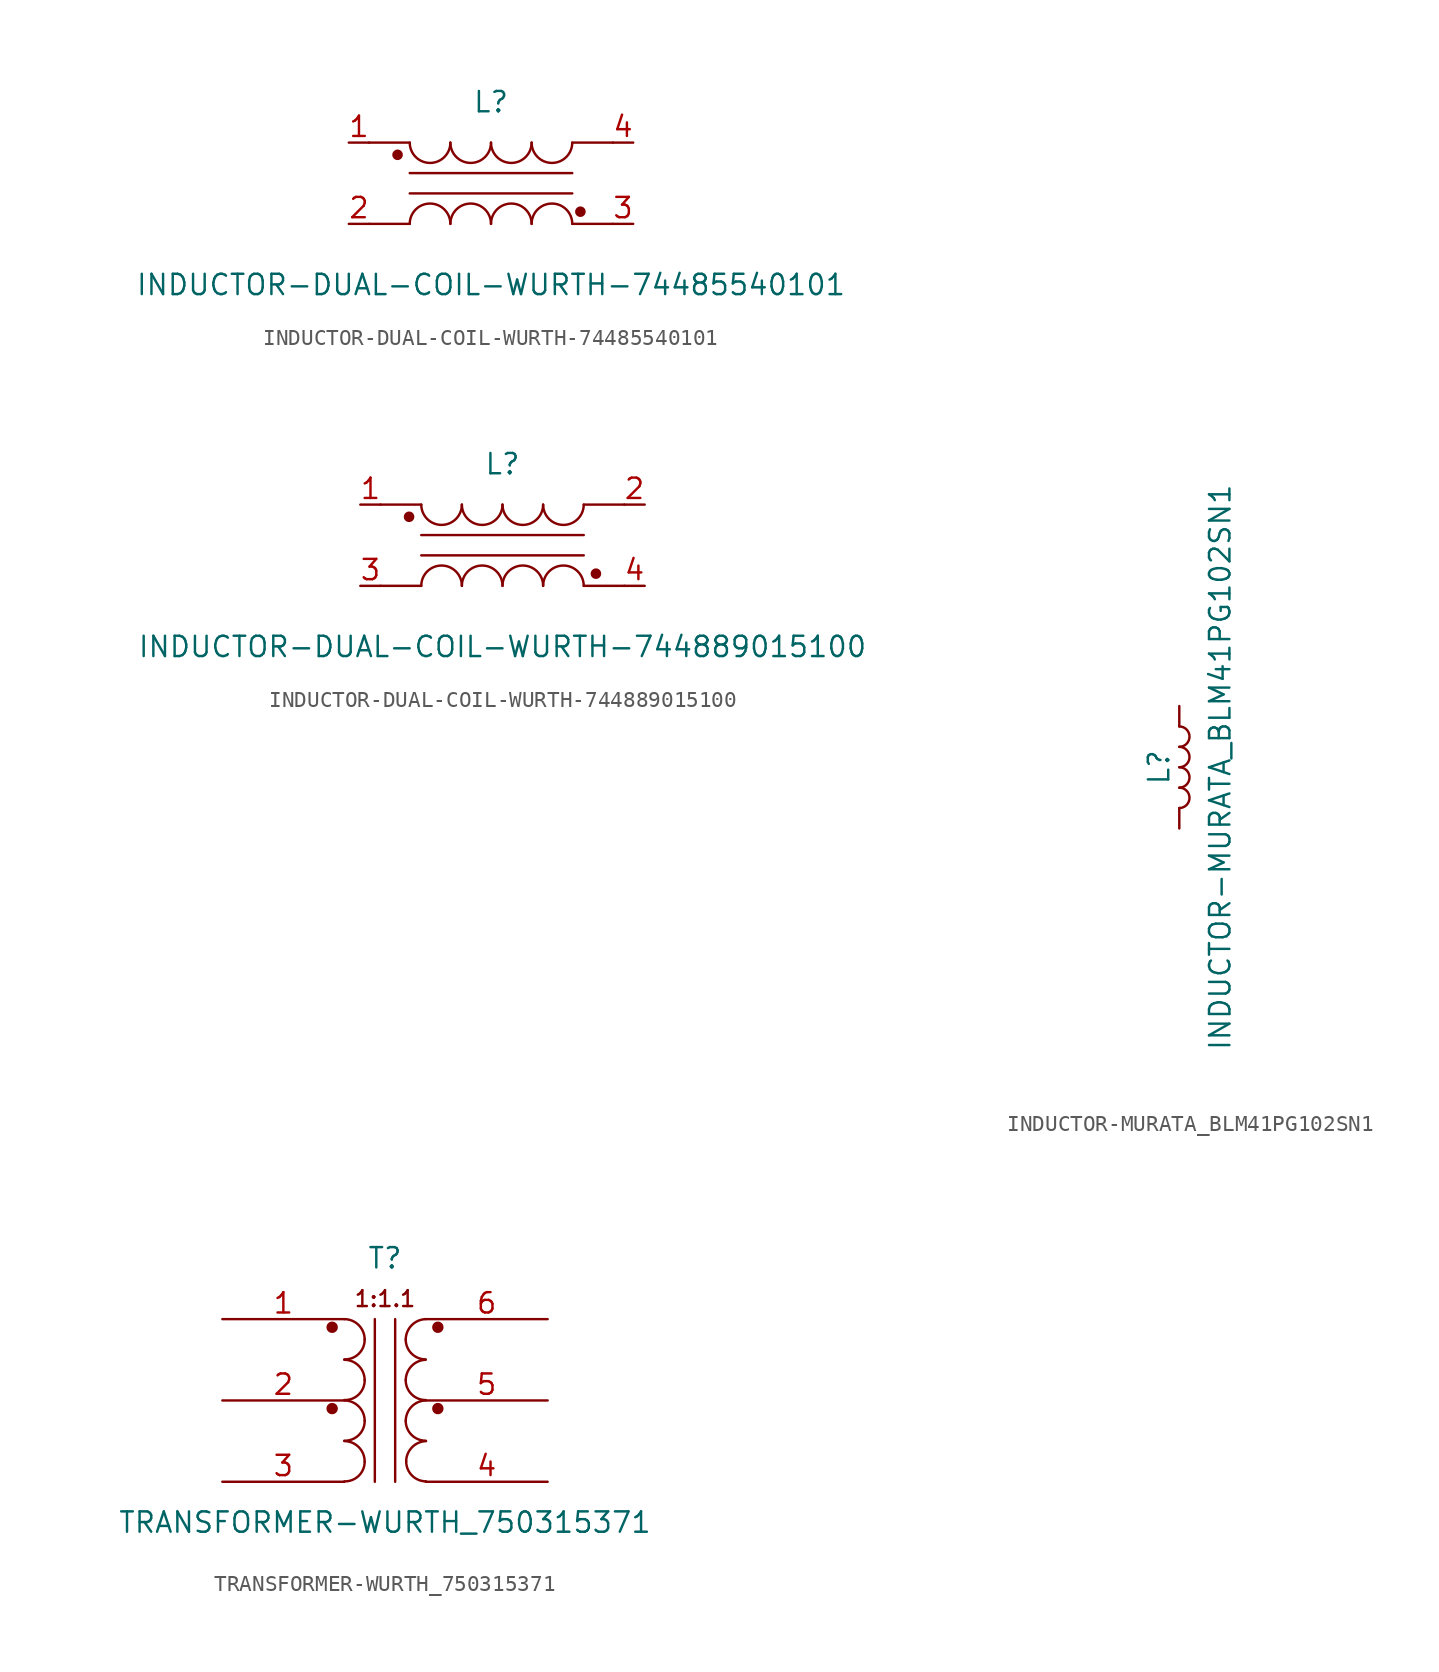
<source format=kicad_sym>
(kicad_symbol_lib
  (version 20201005)
  (generator kicad_symbol_editor)
  (symbol "INDUCTOR-DUAL-COIL-WURTH-74485540101"
    (pin_names
      (offset 1.016) hide)
    (property "Reference" "L"
      (at 0 5.08 0)
      (effects (font (size 1.27 1.27))))
    (property "Value" "INDUCTOR-DUAL-COIL-WURTH-74485540101"
      (at 0 -6.35 0)
      (effects (font (size 1.27 1.27))))
    (symbol "INDUCTOR-DUAL-COIL-WURTH-74485540101_0_0"
      (arc (start -2.54 -2.54) (end -5.08 -2.54) (radius (at -3.81 -2.54) (length 1.27) (angles 0.1 179.9)) (stroke (width 0)) (fill (type none)))
      (arc (start -5.08 2.54) (end -2.54 2.54) (radius (at -3.81 2.54) (length 1.27) (angles -179.9 -0.1)) (stroke (width 0)) (fill (type none)))
      (arc (start 0 -2.54) (end -2.54 -2.54) (radius (at -1.27 -2.54) (length 1.27) (angles 0.1 179.9)) (stroke (width 0)) (fill (type none)))
      (arc (start -2.54 2.54) (end 0 2.54) (radius (at -1.27 2.54) (length 1.27) (angles -179.9 -0.1)) (stroke (width 0)) (fill (type none)))
      (arc (start 2.54 -2.54) (end 0 -2.54) (radius (at 1.27 -2.54) (length 1.27) (angles 0.1 179.9)) (stroke (width 0)) (fill (type none)))
      (arc (start 0 2.54) (end 2.54 2.54) (radius (at 1.27 2.54) (length 1.27) (angles -179.9 -0.1)) (stroke (width 0)) (fill (type none)))
      (arc (start 5.08 -2.54) (end 2.54 -2.54) (radius (at 3.81 -2.54) (length 1.27) (angles 0.1 179.9)) (stroke (width 0)) (fill (type none)))
      (arc (start 2.54 2.54) (end 5.08 2.54) (radius (at 3.81 2.54) (length 1.27) (angles -179.9 -0.1)) (stroke (width 0)) (fill (type none))))
    (symbol "INDUCTOR-DUAL-COIL-WURTH-74485540101_0_1"
      (circle (center -5.842 1.778) (radius 0.254) (stroke (width 0)) (fill (type outline)))
      (circle (center 5.588 -1.778) (radius 0.254) (stroke (width 0)) (fill (type outline)))
      (polyline (pts (xy -7.62 -2.54) (xy -5.08 -2.54)) (stroke (width 0)) (fill (type none)))
      (polyline (pts (xy -7.62 2.54) (xy -5.08 2.54)) (stroke (width 0)) (fill (type none)))
      (polyline (pts (xy -5.08 -0.635) (xy 5.08 -0.635)) (stroke (width 0)) (fill (type none)))
      (polyline (pts (xy 5.08 0.635) (xy -5.08 0.635)) (stroke (width 0)) (fill (type none)))
      (polyline (pts (xy 5.08 2.54) (xy 7.62 2.54)) (stroke (width 0)) (fill (type none)))
      (polyline (pts (xy 7.62 -2.54) (xy 5.08 -2.54)) (stroke (width 0)) (fill (type none))))
    (symbol "INDUCTOR-DUAL-COIL-WURTH-74485540101_1_1"
      (pin passive line (at -8.89 2.54 0) (length 1.27) (name "~" (effects (font (size 1.27 1.27)))) (number "1" (effects (font (size 1.27 1.27)))))
      (pin passive line (at -8.89 -2.54 0) (length 1.27) (name "~" (effects (font (size 1.27 1.27)))) (number "2" (effects (font (size 1.27 1.27)))))
      (pin passive line (at 8.89 -2.54 180) (length 1.27) (name "~" (effects (font (size 1.27 1.27)))) (number "3" (effects (font (size 1.27 1.27)))))
      (pin passive line (at 8.89 2.54 180) (length 1.27) (name "~" (effects (font (size 1.27 1.27)))) (number "4" (effects (font (size 1.27 1.27)))))))
  (symbol "INDUCTOR-DUAL-COIL-WURTH-744889015100"
    (pin_names
      (offset 1.016) hide)
    (property "Reference" "L"
      (at 0 5.08 0)
      (effects (font (size 1.27 1.27))))
    (property "Value" "INDUCTOR-DUAL-COIL-WURTH-744889015100"
      (at 0 -6.35 0)
      (effects (font (size 1.27 1.27))))
    (symbol "INDUCTOR-DUAL-COIL-WURTH-744889015100_0_0"
      (arc (start -2.54 -2.54) (end -5.08 -2.54) (radius (at -3.81 -2.54) (length 1.27) (angles 0.1 179.9)) (stroke (width 0)) (fill (type none)))
      (arc (start -5.08 2.54) (end -2.54 2.54) (radius (at -3.81 2.54) (length 1.27) (angles -179.9 -0.1)) (stroke (width 0)) (fill (type none)))
      (arc (start 0 -2.54) (end -2.54 -2.54) (radius (at -1.27 -2.54) (length 1.27) (angles 0.1 179.9)) (stroke (width 0)) (fill (type none)))
      (arc (start -2.54 2.54) (end 0 2.54) (radius (at -1.27 2.54) (length 1.27) (angles -179.9 -0.1)) (stroke (width 0)) (fill (type none)))
      (arc (start 2.54 -2.54) (end 0 -2.54) (radius (at 1.27 -2.54) (length 1.27) (angles 0.1 179.9)) (stroke (width 0)) (fill (type none)))
      (arc (start 0 2.54) (end 2.54 2.54) (radius (at 1.27 2.54) (length 1.27) (angles -179.9 -0.1)) (stroke (width 0)) (fill (type none)))
      (arc (start 5.08 -2.54) (end 2.54 -2.54) (radius (at 3.81 -2.54) (length 1.27) (angles 0.1 179.9)) (stroke (width 0)) (fill (type none)))
      (arc (start 2.54 2.54) (end 5.08 2.54) (radius (at 3.81 2.54) (length 1.27) (angles -179.9 -0.1)) (stroke (width 0)) (fill (type none))))
    (symbol "INDUCTOR-DUAL-COIL-WURTH-744889015100_0_1"
      (circle (center -5.842 1.778) (radius 0.254) (stroke (width 0)) (fill (type outline)))
      (circle (center 5.842 -1.778) (radius 0.254) (stroke (width 0)) (fill (type outline)))
      (polyline (pts (xy -7.62 -2.54) (xy -5.08 -2.54)) (stroke (width 0)) (fill (type none)))
      (polyline (pts (xy -7.62 2.54) (xy -5.08 2.54)) (stroke (width 0)) (fill (type none)))
      (polyline (pts (xy -5.08 -0.635) (xy 5.08 -0.635)) (stroke (width 0)) (fill (type none)))
      (polyline (pts (xy 5.08 0.635) (xy -5.08 0.635)) (stroke (width 0)) (fill (type none)))
      (polyline (pts (xy 5.08 2.54) (xy 7.62 2.54)) (stroke (width 0)) (fill (type none)))
      (polyline (pts (xy 7.62 -2.54) (xy 5.08 -2.54)) (stroke (width 0)) (fill (type none))))
    (symbol "INDUCTOR-DUAL-COIL-WURTH-744889015100_1_1"
      (pin passive line (at -8.89 2.54 0) (length 1.27) (name "~" (effects (font (size 1.27 1.27)))) (number "1" (effects (font (size 1.27 1.27)))))
      (pin passive line (at 8.89 2.54 180) (length 1.27) (name "~" (effects (font (size 1.27 1.27)))) (number "2" (effects (font (size 1.27 1.27)))))
      (pin passive line (at -8.89 -2.54 0) (length 1.27) (name "~" (effects (font (size 1.27 1.27)))) (number "3" (effects (font (size 1.27 1.27)))))
      (pin passive line (at 8.89 -2.54 180) (length 1.27) (name "~" (effects (font (size 1.27 1.27)))) (number "4" (effects (font (size 1.27 1.27)))))))
  (symbol "INDUCTOR-MURATA_BLM41PG102SN1"
    (pin_numbers hide)
    (pin_names
      (offset 1.016) hide)
    (property "Reference" "L"
      (at -1.27 0 90)
      (effects (font (size 1.27 1.27))))
    (property "Value" "INDUCTOR-MURATA_BLM41PG102SN1"
      (at 2.54 0 90)
      (effects (font (size 1.27 1.27))))
    (symbol "INDUCTOR-MURATA_BLM41PG102SN1_0_1"
      (arc (start 0 -2.54) (end 0 -1.27) (radius (at 0 -1.905) (length 0.635) (angles -89.9 89.9)) (stroke (width 0)) (fill (type none)))
      (arc (start 0 -1.27) (end 0 0) (radius (at 0 -0.635) (length 0.635) (angles -89.9 89.9)) (stroke (width 0)) (fill (type none)))
      (arc (start 0 0) (end 0 1.27) (radius (at 0 0.635) (length 0.635) (angles -89.9 89.9)) (stroke (width 0)) (fill (type none)))
      (arc (start 0 1.27) (end 0 2.54) (radius (at 0 1.905) (length 0.635) (angles -89.9 89.9)) (stroke (width 0)) (fill (type none))))
    (symbol "INDUCTOR-MURATA_BLM41PG102SN1_1_1"
      (pin passive line (at 0 3.81 270) (length 1.27) (name "1" (effects (font (size 1.778 1.778)))) (number "1" (effects (font (size 1.778 1.778)))))
      (pin passive line (at 0 -3.81 90) (length 1.27) (name "2" (effects (font (size 1.778 1.778)))) (number "2" (effects (font (size 1.778 1.778)))))))
  (symbol "TRANSFORMER-WURTH_750315371"
    (pin_names
      (offset 1.016) hide)
    (property "Reference" "T"
      (at 0 8.89 0)
      (effects (font (size 1.27 1.27))))
    (property "Value" "TRANSFORMER-WURTH_750315371"
      (at 0 -7.62 0)
      (effects (font (size 1.27 1.27))))
    (symbol "TRANSFORMER-WURTH_750315371_0_0"
      (circle (center -3.302 -0.508) (radius 0.279) (stroke (width 0)) (fill (type outline)))
      (circle (center -3.302 4.572) (radius 0.279) (stroke (width 0)) (fill (type outline)))
      (circle (center 3.302 -0.508) (radius 0.279) (stroke (width 0)) (fill (type outline)))
      (circle (center 3.302 4.572) (radius 0.279) (stroke (width 0)) (fill (type outline)))
      (text "1:1.1" (at 0 6.35 0) (effects (font (size 0.991 0.991)))))
    (symbol "TRANSFORMER-WURTH_750315371_0_1"
      (arc (start -2.54 -2.54) (end -1.27 -3.81) (radius (at -2.54 -3.81) (length 1.27) (angles 89.9 0.1)) (stroke (width 0)) (fill (type none)))
      (arc (start -1.27 -3.81) (end -2.54 -5.0546) (radius (at -2.54 -3.81) (length 1.27) (angles -0.1 -89.9)) (stroke (width 0)) (fill (type none)))
      (arc (start -2.54 0) (end -1.27 -1.27) (radius (at -2.54 -1.27) (length 1.27) (angles 89.9 0.1)) (stroke (width 0)) (fill (type none)))
      (arc (start -1.27 -1.27) (end -2.54 -2.5146) (radius (at -2.54 -1.27) (length 1.27) (angles -0.1 -89.9)) (stroke (width 0)) (fill (type none)))
      (arc (start -2.54 2.54) (end -1.27 1.27) (radius (at -2.54 1.27) (length 1.27) (angles 89.9 0.1)) (stroke (width 0)) (fill (type none)))
      (arc (start -1.27 1.27) (end -2.54 0.0254) (radius (at -2.54 1.27) (length 1.27) (angles -0.1 -89.9)) (stroke (width 0)) (fill (type none)))
      (arc (start -2.54 5.08) (end -1.27 3.81) (radius (at -2.54 3.81) (length 1.27) (angles 89.9 0.1)) (stroke (width 0)) (fill (type none)))
      (arc (start -1.27 3.81) (end -2.54 2.5654) (radius (at -2.54 3.81) (length 1.27) (angles -0.1 -89.9)) (stroke (width 0)) (fill (type none)))
      (arc (start 2.54 0) (end 1.2954 -1.27) (radius (at 2.54 -1.27) (length 1.27) (angles 89.9 -179.9)) (stroke (width 0)) (fill (type none)))
      (arc (start 1.2954 -1.27) (end 2.54 -2.5146) (radius (at 2.54 -1.27) (length 1.27) (angles 179.9 -89.9)) (stroke (width 0)) (fill (type none)))
      (arc (start 2.54 2.54) (end 1.2954 1.27) (radius (at 2.54 1.27) (length 1.27) (angles 89.9 -179.9)) (stroke (width 0)) (fill (type none)))
      (arc (start 1.2954 1.27) (end 2.54 0.0254) (radius (at 2.54 1.27) (length 1.27) (angles 179.9 -89.9)) (stroke (width 0)) (fill (type none)))
      (arc (start 2.54 5.08) (end 1.2954 3.81) (radius (at 2.54 3.81) (length 1.27) (angles 89.9 -179.9)) (stroke (width 0)) (fill (type none)))
      (arc (start 1.2954 3.81) (end 2.54 2.5654) (radius (at 2.54 3.81) (length 1.27) (angles 179.9 -89.9)) (stroke (width 0)) (fill (type none)))
      (arc (start 2.5654 -2.54) (end 1.3208 -3.81) (radius (at 2.5654 -3.81) (length 1.27) (angles 91 -179.9)) (stroke (width 0)) (fill (type none)))
      (arc (start 2.5654 -5.0546) (end 1.3208 -3.81) (radius (at 2.5654 -3.81) (length 1.27) (angles -91.2 -179.9)) (stroke (width 0)) (fill (type none)))
      (polyline (pts (xy -0.635 5.08) (xy -0.635 -5.08)) (stroke (width 0)) (fill (type none)))
      (polyline (pts (xy 0.635 -5.08) (xy 0.635 5.08)) (stroke (width 0)) (fill (type none))))
    (symbol "TRANSFORMER-WURTH_750315371_1_1"
      (pin passive line (at -10.16 5.08 0) (length 7.62) (name "~" (effects (font (size 1.27 1.27)))) (number "1" (effects (font (size 1.27 1.27)))))
      (pin passive line (at -10.16 0 0) (length 7.62) (name "~" (effects (font (size 1.27 1.27)))) (number "2" (effects (font (size 1.27 1.27)))))
      (pin passive line (at -10.16 -5.08 0) (length 7.62) (name "~" (effects (font (size 1.27 1.27)))) (number "3" (effects (font (size 1.27 1.27)))))
      (pin passive line (at 10.16 -5.08 180) (length 7.62) (name "~" (effects (font (size 1.27 1.27)))) (number "4" (effects (font (size 1.27 1.27)))))
      (pin passive line (at 10.16 0 180) (length 7.62) (name "~" (effects (font (size 1.27 1.27)))) (number "5" (effects (font (size 1.27 1.27)))))
      (pin passive line (at 10.16 5.08 180) (length 7.62) (name "~" (effects (font (size 1.27 1.27)))) (number "6" (effects (font (size 1.27 1.27))))))))
</source>
